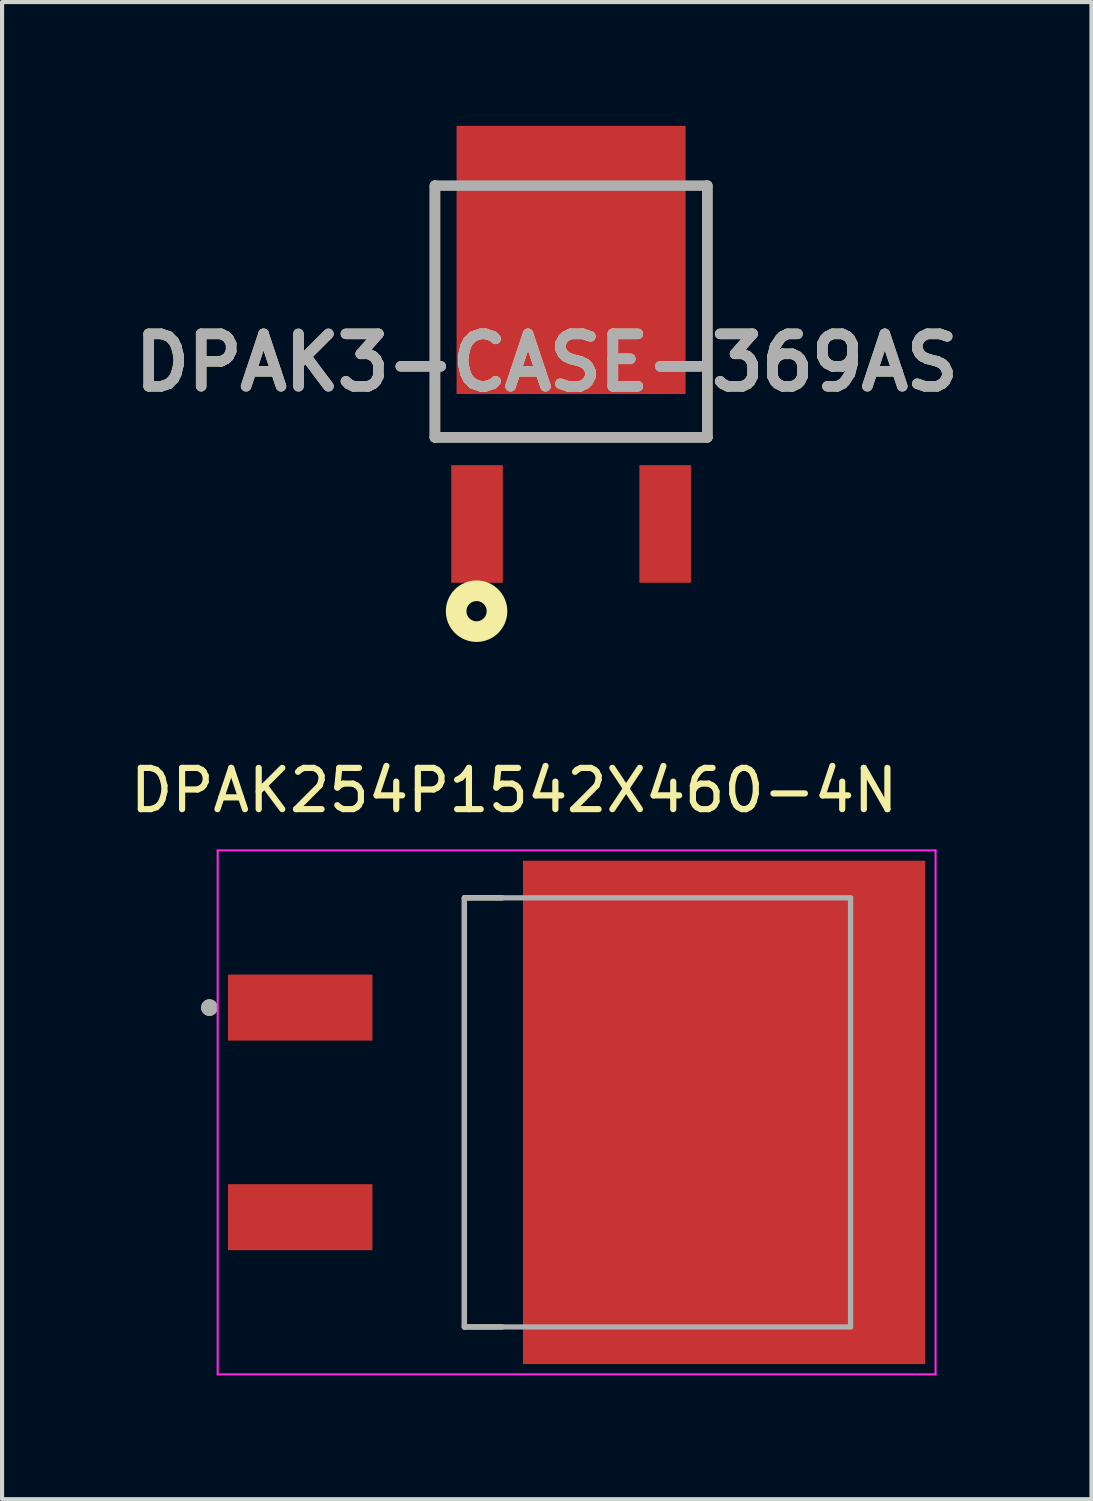
<source format=kicad_pcb>
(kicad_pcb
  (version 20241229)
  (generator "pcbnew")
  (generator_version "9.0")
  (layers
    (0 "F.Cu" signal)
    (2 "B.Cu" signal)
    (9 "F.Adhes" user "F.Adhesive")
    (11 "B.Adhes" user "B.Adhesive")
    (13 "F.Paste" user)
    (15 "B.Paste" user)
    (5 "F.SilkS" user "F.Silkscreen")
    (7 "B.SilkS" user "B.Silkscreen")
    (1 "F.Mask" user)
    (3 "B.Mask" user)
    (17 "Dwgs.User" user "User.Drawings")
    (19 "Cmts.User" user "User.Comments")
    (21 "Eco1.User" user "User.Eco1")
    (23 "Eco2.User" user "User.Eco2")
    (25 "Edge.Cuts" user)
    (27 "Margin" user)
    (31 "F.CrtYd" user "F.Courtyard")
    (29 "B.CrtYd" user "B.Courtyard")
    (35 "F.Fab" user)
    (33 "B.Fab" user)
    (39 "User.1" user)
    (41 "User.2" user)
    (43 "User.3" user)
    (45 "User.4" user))
  (footprint "DPAK3-CASE-369AS"
    (layer "F.Cu")
    (at 10.792 3.25)
    (property "Reference" "DPAK3-CASE-369AS" (at -0.59 2.488 0) (layer "F.SilkS") (effects (font (size 1.27 1.27) (thickness 0.254))))
    (attr smd)
    (fp_line (start -3.3 -1.8) (end -3.3 4.3) (stroke (width 0.254) (type solid)) (layer "F.SilkS"))
    (fp_line (start -3.3 4.3) (end 3.3 4.3) (stroke (width 0.254) (type solid)) (layer "F.SilkS"))
    (fp_line (start 3.3 4.3) (end 3.3 -1.8) (stroke (width 0.254) (type solid)) (layer "F.SilkS"))
    (fp_circle (center -2.291 8.514) (end -2.291 8.759) (stroke (width 0.5) (type solid)) (fill no) (layer "F.SilkS"))
    (fp_line (start -3.3 -1.8) (end 3.3 -1.8) (stroke (width 0.254) (type solid)) (layer "F.Fab"))
    (fp_line (start -3.3 4.3) (end -3.3 -1.8) (stroke (width 0.254) (type solid)) (layer "F.Fab"))
    (fp_line (start 3.3 -1.8) (end 3.3 4.3) (stroke (width 0.254) (type solid)) (layer "F.Fab"))
    (fp_line (start 3.3 4.3) (end -3.3 4.3) (stroke (width 0.254) (type solid)) (layer "F.Fab"))
    (fp_text user "${REFERENCE}" (at -0.59 2.488 0) (layer "F.Fab") (effects (font (size 1.27 1.27) (thickness 0.254))))
    (pad "1" smd rect (at -2.28 6.4) (size 1.25 2.85) (layers "F.Cu" "F.Mask" "F.Paste"))
    (pad "2" smd rect (at 2.28 6.4) (size 1.25 2.85) (layers "F.Cu" "F.Mask" "F.Paste"))
    (pad "3" smd rect (at 0 0) (size 5.55 6.5) (layers "F.Cu" "F.Mask" "F.Paste")))
  (footprint "DPAK254P1542X460-4N"
    (layer "F.Cu")
    (at 10.926 23.912)
    (property "Reference" "DPAK254P1542X460-4N" (at -1.515 -7.805 0) (layer "F.SilkS") (effects (font (size 1 1) (thickness 0.15))))
    (attr through_hole)
    (fp_line (start -2.72 -5.2) (end -2.72 5.2) (stroke (width 0.127) (type solid)) (layer "F.SilkS"))
    (fp_line (start -2.72 5.2) (end -1.8 5.2) (stroke (width 0.127) (type solid)) (layer "F.SilkS"))
    (fp_line (start -1.8 -5.2) (end -2.72 -5.2) (stroke (width 0.127) (type solid)) (layer "F.SilkS"))
    (fp_circle (center -8.9 -2.54) (end -8.8 -2.54) (stroke (width 0.2) (type solid)) (fill no) (layer "F.SilkS"))
    (fp_poly (pts (xy -0.97 -5.88) (xy 0.32 -5.88) (xy 0.32 -4.56) (xy -0.97 -4.56)) (stroke (width 0.01) (type solid)) (fill yes) (layer "F.Paste"))
    (fp_poly (pts (xy -0.97 -4.14) (xy 0.32 -4.14) (xy 0.32 -2.82) (xy -0.97 -2.82)) (stroke (width 0.01) (type solid)) (fill yes) (layer "F.Paste"))
    (fp_poly (pts (xy -0.97 -2.4) (xy 0.32 -2.4) (xy 0.32 -1.08) (xy -0.97 -1.08)) (stroke (width 0.01) (type solid)) (fill yes) (layer "F.Paste"))
    (fp_poly (pts (xy -0.97 -0.66) (xy 0.32 -0.66) (xy 0.32 0.66) (xy -0.97 0.66)) (stroke (width 0.01) (type solid)) (fill yes) (layer "F.Paste"))
    (fp_poly (pts (xy -0.97 1.08) (xy 0.32 1.08) (xy 0.32 2.4) (xy -0.97 2.4)) (stroke (width 0.01) (type solid)) (fill yes) (layer "F.Paste"))
    (fp_poly (pts (xy -0.97 2.82) (xy 0.32 2.82) (xy 0.32 4.14) (xy -0.97 4.14)) (stroke (width 0.01) (type solid)) (fill yes) (layer "F.Paste"))
    (fp_poly (pts (xy -0.97 4.56) (xy 0.32 4.56) (xy 0.32 5.88) (xy -0.97 5.88)) (stroke (width 0.01) (type solid)) (fill yes) (layer "F.Paste"))
    (fp_poly (pts (xy 0.98 -5.88) (xy 2.27 -5.88) (xy 2.27 -4.56) (xy 0.98 -4.56)) (stroke (width 0.01) (type solid)) (fill yes) (layer "F.Paste"))
    (fp_poly (pts (xy 0.98 -4.14) (xy 2.27 -4.14) (xy 2.27 -2.82) (xy 0.98 -2.82)) (stroke (width 0.01) (type solid)) (fill yes) (layer "F.Paste"))
    (fp_poly (pts (xy 0.98 -2.4) (xy 2.27 -2.4) (xy 2.27 -1.08) (xy 0.98 -1.08)) (stroke (width 0.01) (type solid)) (fill yes) (layer "F.Paste"))
    (fp_poly (pts (xy 0.98 -0.66) (xy 2.27 -0.66) (xy 2.27 0.66) (xy 0.98 0.66)) (stroke (width 0.01) (type solid)) (fill yes) (layer "F.Paste"))
    (fp_poly (pts (xy 0.98 1.08) (xy 2.27 1.08) (xy 2.27 2.4) (xy 0.98 2.4)) (stroke (width 0.01) (type solid)) (fill yes) (layer "F.Paste"))
    (fp_poly (pts (xy 0.98 2.82) (xy 2.27 2.82) (xy 2.27 4.14) (xy 0.98 4.14)) (stroke (width 0.01) (type solid)) (fill yes) (layer "F.Paste"))
    (fp_poly (pts (xy 0.98 4.56) (xy 2.27 4.56) (xy 2.27 5.88) (xy 0.98 5.88)) (stroke (width 0.01) (type solid)) (fill yes) (layer "F.Paste"))
    (fp_poly (pts (xy 2.93 -5.88) (xy 4.22 -5.88) (xy 4.22 -4.56) (xy 2.93 -4.56)) (stroke (width 0.01) (type solid)) (fill yes) (layer "F.Paste"))
    (fp_poly (pts (xy 2.93 -4.14) (xy 4.22 -4.14) (xy 4.22 -2.82) (xy 2.93 -2.82)) (stroke (width 0.01) (type solid)) (fill yes) (layer "F.Paste"))
    (fp_poly (pts (xy 2.93 -2.4) (xy 4.22 -2.4) (xy 4.22 -1.08) (xy 2.93 -1.08)) (stroke (width 0.01) (type solid)) (fill yes) (layer "F.Paste"))
    (fp_poly (pts (xy 2.93 -0.66) (xy 4.22 -0.66) (xy 4.22 0.66) (xy 2.93 0.66)) (stroke (width 0.01) (type solid)) (fill yes) (layer "F.Paste"))
    (fp_poly (pts (xy 2.93 1.08) (xy 4.22 1.08) (xy 4.22 2.4) (xy 2.93 2.4)) (stroke (width 0.01) (type solid)) (fill yes) (layer "F.Paste"))
    (fp_poly (pts (xy 2.93 2.82) (xy 4.22 2.82) (xy 4.22 4.14) (xy 2.93 4.14)) (stroke (width 0.01) (type solid)) (fill yes) (layer "F.Paste"))
    (fp_poly (pts (xy 2.93 4.56) (xy 4.22 4.56) (xy 4.22 5.88) (xy 2.93 5.88)) (stroke (width 0.01) (type solid)) (fill yes) (layer "F.Paste"))
    (fp_poly (pts (xy 4.88 -5.88) (xy 6.17 -5.88) (xy 6.17 -4.56) (xy 4.88 -4.56)) (stroke (width 0.01) (type solid)) (fill yes) (layer "F.Paste"))
    (fp_poly (pts (xy 4.88 -4.14) (xy 6.17 -4.14) (xy 6.17 -2.82) (xy 4.88 -2.82)) (stroke (width 0.01) (type solid)) (fill yes) (layer "F.Paste"))
    (fp_poly (pts (xy 4.88 -2.4) (xy 6.17 -2.4) (xy 6.17 -1.08) (xy 4.88 -1.08)) (stroke (width 0.01) (type solid)) (fill yes) (layer "F.Paste"))
    (fp_poly (pts (xy 4.88 -0.66) (xy 6.17 -0.66) (xy 6.17 0.66) (xy 4.88 0.66)) (stroke (width 0.01) (type solid)) (fill yes) (layer "F.Paste"))
    (fp_poly (pts (xy 4.88 1.08) (xy 6.17 1.08) (xy 6.17 2.4) (xy 4.88 2.4)) (stroke (width 0.01) (type solid)) (fill yes) (layer "F.Paste"))
    (fp_poly (pts (xy 4.88 2.82) (xy 6.17 2.82) (xy 6.17 4.14) (xy 4.88 4.14)) (stroke (width 0.01) (type solid)) (fill yes) (layer "F.Paste"))
    (fp_poly (pts (xy 4.88 4.56) (xy 6.17 4.56) (xy 6.17 5.88) (xy 4.88 5.88)) (stroke (width 0.01) (type solid)) (fill yes) (layer "F.Paste"))
    (fp_poly (pts (xy 6.83 -5.88) (xy 8.12 -5.88) (xy 8.12 -4.56) (xy 6.83 -4.56)) (stroke (width 0.01) (type solid)) (fill yes) (layer "F.Paste"))
    (fp_poly (pts (xy 6.83 -4.14) (xy 8.12 -4.14) (xy 8.12 -2.82) (xy 6.83 -2.82)) (stroke (width 0.01) (type solid)) (fill yes) (layer "F.Paste"))
    (fp_poly (pts (xy 6.83 -2.4) (xy 8.12 -2.4) (xy 8.12 -1.08) (xy 6.83 -1.08)) (stroke (width 0.01) (type solid)) (fill yes) (layer "F.Paste"))
    (fp_poly (pts (xy 6.83 -0.66) (xy 8.12 -0.66) (xy 8.12 0.66) (xy 6.83 0.66)) (stroke (width 0.01) (type solid)) (fill yes) (layer "F.Paste"))
    (fp_poly (pts (xy 6.83 1.08) (xy 8.12 1.08) (xy 8.12 2.4) (xy 6.83 2.4)) (stroke (width 0.01) (type solid)) (fill yes) (layer "F.Paste"))
    (fp_poly (pts (xy 6.83 2.82) (xy 8.12 2.82) (xy 8.12 4.14) (xy 6.83 4.14)) (stroke (width 0.01) (type solid)) (fill yes) (layer "F.Paste"))
    (fp_poly (pts (xy 6.83 4.56) (xy 8.12 4.56) (xy 8.12 5.88) (xy 6.83 5.88)) (stroke (width 0.01) (type solid)) (fill yes) (layer "F.Paste"))
    (fp_line (start -8.7 -6.35) (end 8.7 -6.35) (stroke (width 0.05) (type solid)) (layer "F.CrtYd"))
    (fp_line (start -8.7 6.35) (end -8.7 -6.35) (stroke (width 0.05) (type solid)) (layer "F.CrtYd"))
    (fp_line (start 8.7 -6.35) (end 8.7 6.35) (stroke (width 0.05) (type solid)) (layer "F.CrtYd"))
    (fp_line (start 8.7 6.35) (end -8.7 6.35) (stroke (width 0.05) (type solid)) (layer "F.CrtYd"))
    (fp_line (start -2.72 -5.2) (end -2.72 5.2) (stroke (width 0.127) (type solid)) (layer "F.Fab"))
    (fp_line (start -2.72 5.2) (end 6.64 5.2) (stroke (width 0.127) (type solid)) (layer "F.Fab"))
    (fp_line (start 6.64 -5.2) (end -2.72 -5.2) (stroke (width 0.127) (type solid)) (layer "F.Fab"))
    (fp_line (start 6.64 5.2) (end 6.64 -5.2) (stroke (width 0.127) (type solid)) (layer "F.Fab"))
    (fp_circle (center -8.9 -2.54) (end -8.8 -2.54) (stroke (width 0.2) (type solid)) (fill no) (layer "F.Fab"))
    (pad "1" smd rect (at -6.7 -2.54) (size 3.5 1.6) (layers "F.Cu" "F.Mask" "F.Paste"))
    (pad "3" smd rect (at -6.7 2.54) (size 3.5 1.6) (layers "F.Cu" "F.Mask" "F.Paste"))
    (pad "4" smd rect (at 3.575 0) (size 9.75 12.2) (layers "F.Cu" "F.Mask")))
  (gr_rect
    (start -3 -3)
    (end 23.405 33.287)
    (stroke (width 0.1) (type default))
    (fill no)
    (layer "Edge.Cuts")))
</source>
